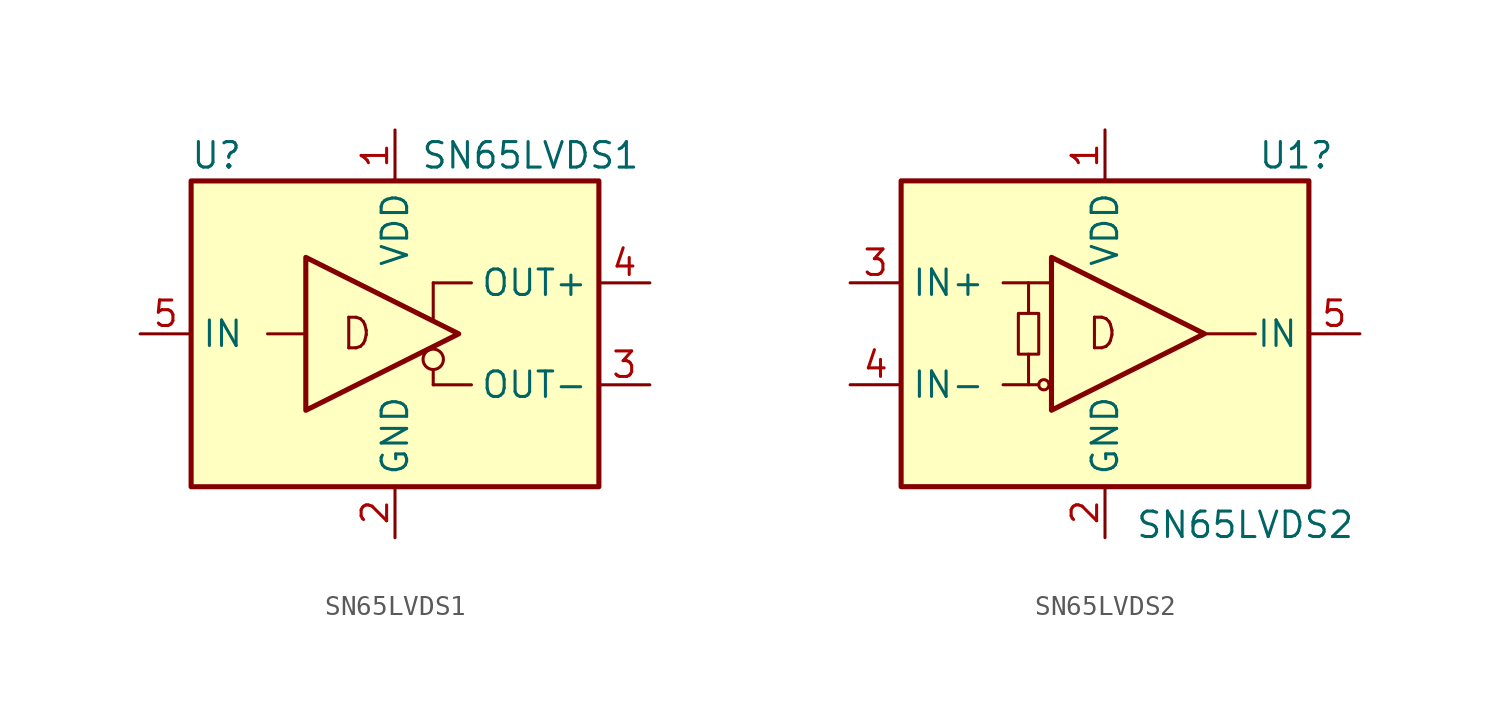
<source format=kicad_sym>
(kicad_symbol_lib
  (version 20211014)
  (generator kicad_symbol_editor)
  (symbol "SN65LVDS1"
    (property "Reference" "U"
      (at -8.89 8.89 0)
      (effects (font (size 1.27 1.27))))
    (property "Value" "SN65LVDS1"
      (at 1.27 8.89 0)
      (effects (font (size 1.27 1.27)) (justify left)))
    (symbol "SN65LVDS1_1_0"
      (rectangle (start -10.16 7.62) (end 10.16 -7.62) (stroke (width 0.254) (type default) (color 0 0 0 0)) (fill (type background)))
      (polyline (pts (xy 1.905 -1.778) (xy 1.905 -2.54)) (stroke (width 0) (type default) (color 0 0 0 0)) (fill (type none)))
      (polyline (pts (xy 1.905 0.635) (xy 1.905 2.54)) (stroke (width 0) (type default) (color 0 0 0 0)) (fill (type none)))
      (circle (center 1.905 -1.27) (radius 0.508) (stroke (width 0) (type default) (color 0 0 0 0)) (fill (type none)))
      (text "D" (at -1.905 0 0) (effects (font (size 1.524 1.524)))))
    (symbol "SN65LVDS1_1_1"
      (polyline (pts (xy -6.35 0) (xy -4.445 0)) (stroke (width 0) (type default) (color 0 0 0 0)) (fill (type none)))
      (polyline (pts (xy 1.905 -2.54) (xy 3.81 -2.54)) (stroke (width 0) (type default) (color 0 0 0 0)) (fill (type none)))
      (polyline (pts (xy 3.81 2.54) (xy 1.905 2.54)) (stroke (width 0) (type default) (color 0 0 0 0)) (fill (type none)))
      (polyline (pts (xy -4.445 -3.81) (xy -4.445 3.81) (xy 3.175 0) (xy -4.445 -3.81)) (stroke (width 0.254) (type default) (color 0 0 0 0)) (fill (type none)))
      (pin power_in line (at 0 10.16 270) (length 2.54) (name "VDD" (effects (font (size 1.27 1.27)))) (number "1" (effects (font (size 1.27 1.27)))))
      (pin power_in line (at 0 -10.16 90) (length 2.54) (name "GND" (effects (font (size 1.27 1.27)))) (number "2" (effects (font (size 1.27 1.27)))))
      (pin output line (at 12.7 -2.54 180) (length 2.54) (name "OUT-" (effects (font (size 1.27 1.27)))) (number "3" (effects (font (size 1.27 1.27)))))
      (pin output line (at 12.7 2.54 180) (length 2.54) (name "OUT+" (effects (font (size 1.27 1.27)))) (number "4" (effects (font (size 1.27 1.27)))))
      (pin input line (at -12.7 0 0) (length 2.54) (name "IN" (effects (font (size 1.27 1.27)))) (number "5" (effects (font (size 1.27 1.27)))))))
  (symbol "SN65LVDS2"
    (property "Reference" "U1"
      (at 9.525 8.89 0)
      (effects (font (size 1.27 1.27))))
    (property "Value" "SN65LVDS2"
      (at 6.985 -9.525 0)
      (effects (font (size 1.27 1.27))))
    (symbol "SN65LVDS2_0_1"
      (rectangle (start -4.318 1.016) (end -3.302 -1.016) (stroke (width 0) (type default) (color 0 0 0 0)) (fill (type none)))
      (circle (center -3.048 -2.54) (radius 0.254) (stroke (width 0) (type default) (color 0 0 0 0)) (fill (type none)))
      (polyline (pts (xy -3.81 -1.016) (xy -3.81 -2.54)) (stroke (width 0) (type default) (color 0 0 0 0)) (fill (type none)))
      (polyline (pts (xy -3.81 1.016) (xy -3.81 2.54)) (stroke (width 0) (type default) (color 0 0 0 0)) (fill (type none))))
    (symbol "SN65LVDS2_1_0"
      (rectangle (start -10.16 7.62) (end 10.16 -7.62) (stroke (width 0.254) (type default) (color 0 0 0 0)) (fill (type background)))
      (text "D" (at -0.127 0 0) (effects (font (size 1.524 1.524)))))
    (symbol "SN65LVDS2_1_1"
      (polyline (pts (xy -5.08 -2.54) (xy -3.302 -2.54)) (stroke (width 0) (type default) (color 0 0 0 0)) (fill (type none)))
      (polyline (pts (xy -5.08 2.54) (xy -2.794 2.54)) (stroke (width 0) (type default) (color 0 0 0 0)) (fill (type none)))
      (polyline (pts (xy 4.826 0) (xy 7.493 0)) (stroke (width 0) (type default) (color 0 0 0 0)) (fill (type none)))
      (polyline (pts (xy -2.667 -3.81) (xy -2.667 3.81) (xy 4.953 0) (xy -2.667 -3.81)) (stroke (width 0.254) (type default) (color 0 0 0 0)) (fill (type none)))
      (pin power_in line (at 0 10.16 270) (length 2.54) (name "VDD" (effects (font (size 1.27 1.27)))) (number "1" (effects (font (size 1.27 1.27)))))
      (pin power_in line (at 0 -10.16 90) (length 2.54) (name "GND" (effects (font (size 1.27 1.27)))) (number "2" (effects (font (size 1.27 1.27)))))
      (pin input line (at -12.7 2.54 0) (length 2.54) (name "IN+" (effects (font (size 1.27 1.27)))) (number "3" (effects (font (size 1.27 1.27)))))
      (pin input line (at -12.7 -2.54 0) (length 2.54) (name "IN-" (effects (font (size 1.27 1.27)))) (number "4" (effects (font (size 1.27 1.27)))))
      (pin output line (at 12.7 0 180) (length 2.54) (name "IN" (effects (font (size 1.27 1.27)))) (number "5" (effects (font (size 1.27 1.27))))))))
</source>
